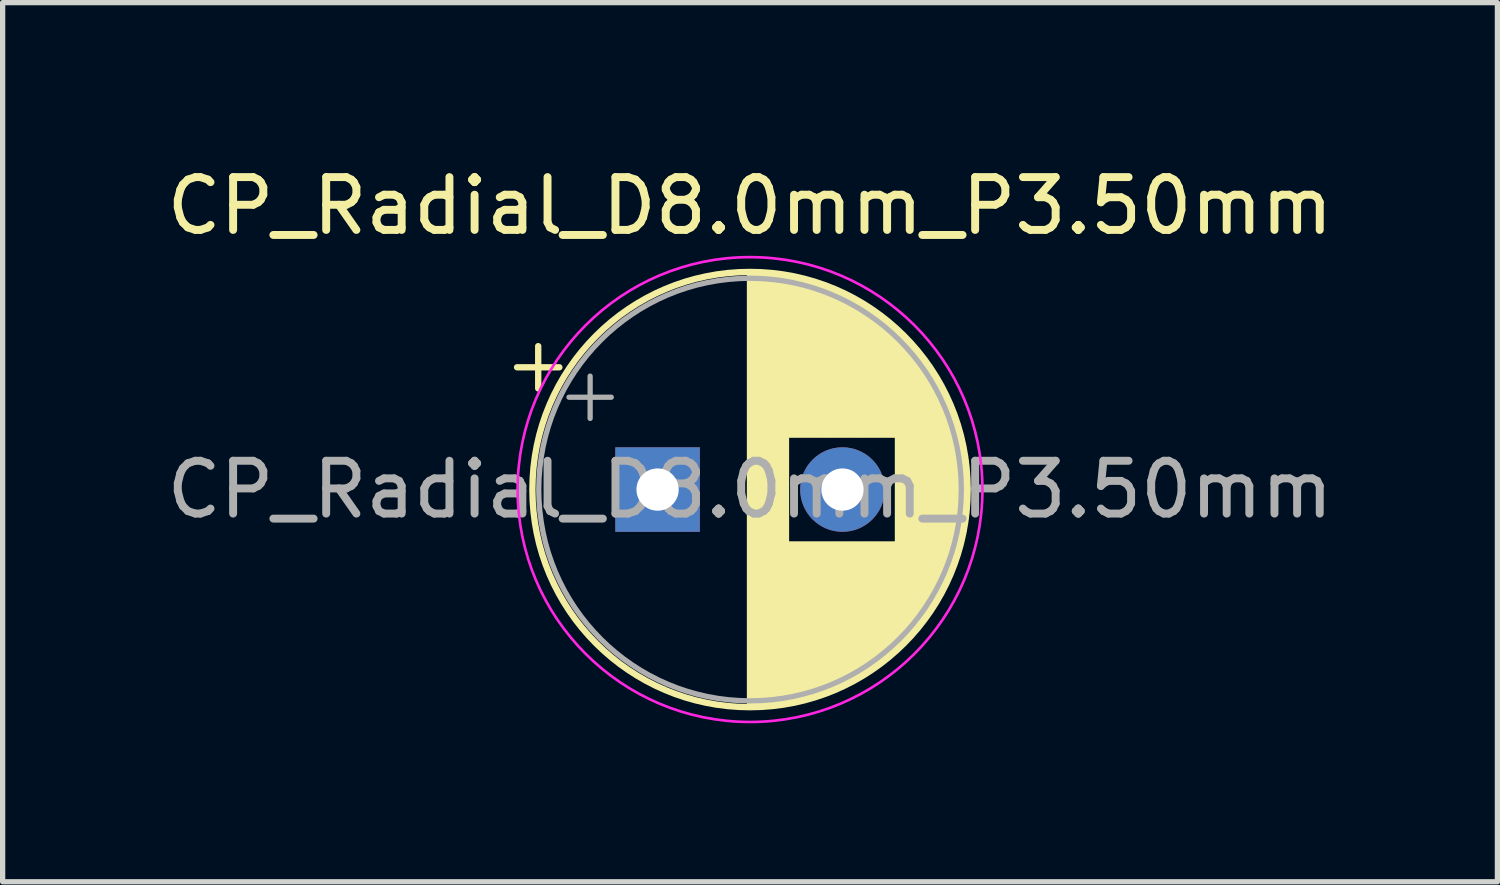
<source format=kicad_pcb>
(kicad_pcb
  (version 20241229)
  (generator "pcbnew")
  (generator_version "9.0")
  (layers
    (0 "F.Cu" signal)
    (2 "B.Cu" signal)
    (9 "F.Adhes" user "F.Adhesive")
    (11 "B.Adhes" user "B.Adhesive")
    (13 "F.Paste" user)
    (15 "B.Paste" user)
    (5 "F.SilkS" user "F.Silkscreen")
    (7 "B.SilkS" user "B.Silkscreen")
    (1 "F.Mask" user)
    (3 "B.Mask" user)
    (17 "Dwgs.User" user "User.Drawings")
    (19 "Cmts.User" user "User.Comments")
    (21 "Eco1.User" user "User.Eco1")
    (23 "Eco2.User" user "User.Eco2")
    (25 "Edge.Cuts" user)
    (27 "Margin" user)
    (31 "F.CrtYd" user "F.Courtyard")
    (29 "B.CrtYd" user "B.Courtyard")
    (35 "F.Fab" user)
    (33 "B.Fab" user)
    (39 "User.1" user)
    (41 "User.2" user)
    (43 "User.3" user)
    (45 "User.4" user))
  (footprint "CP_Radial_D8.0mm_P3.50mm"
    (layer "F.Cu")
    (at 9.399 6.218)
    (property "Reference" "CP_Radial_D8.0mm_P3.50mm" (at 1.75 -5.37 0) (layer "F.SilkS") (effects (font (size 1 1) (thickness 0.15))))
    (attr through_hole)
    (fp_line (start -2.66 -2.315) (end -1.86 -2.315) (stroke (width 0.12) (type solid)) (layer "F.SilkS"))
    (fp_line (start -2.26 -2.715) (end -2.26 -1.915) (stroke (width 0.12) (type solid)) (layer "F.SilkS"))
    (fp_line (start 1.75 -4.08) (end 1.75 4.08) (stroke (width 0.12) (type solid)) (layer "F.SilkS"))
    (fp_line (start 1.79 -4.08) (end 1.79 4.08) (stroke (width 0.12) (type solid)) (layer "F.SilkS"))
    (fp_line (start 1.83 -4.08) (end 1.83 4.08) (stroke (width 0.12) (type solid)) (layer "F.SilkS"))
    (fp_line (start 1.87 -4.079) (end 1.87 4.079) (stroke (width 0.12) (type solid)) (layer "F.SilkS"))
    (fp_line (start 1.91 -4.077) (end 1.91 4.077) (stroke (width 0.12) (type solid)) (layer "F.SilkS"))
    (fp_line (start 1.95 -4.076) (end 1.95 4.076) (stroke (width 0.12) (type solid)) (layer "F.SilkS"))
    (fp_line (start 1.99 -4.074) (end 1.99 4.074) (stroke (width 0.12) (type solid)) (layer "F.SilkS"))
    (fp_line (start 2.03 -4.071) (end 2.03 4.071) (stroke (width 0.12) (type solid)) (layer "F.SilkS"))
    (fp_line (start 2.07 -4.068) (end 2.07 4.068) (stroke (width 0.12) (type solid)) (layer "F.SilkS"))
    (fp_line (start 2.11 -4.065) (end 2.11 4.065) (stroke (width 0.12) (type solid)) (layer "F.SilkS"))
    (fp_line (start 2.15 -4.061) (end 2.15 4.061) (stroke (width 0.12) (type solid)) (layer "F.SilkS"))
    (fp_line (start 2.19 -4.057) (end 2.19 4.057) (stroke (width 0.12) (type solid)) (layer "F.SilkS"))
    (fp_line (start 2.23 -4.052) (end 2.23 4.052) (stroke (width 0.12) (type solid)) (layer "F.SilkS"))
    (fp_line (start 2.27 -4.048) (end 2.27 4.048) (stroke (width 0.12) (type solid)) (layer "F.SilkS"))
    (fp_line (start 2.31 -4.042) (end 2.31 4.042) (stroke (width 0.12) (type solid)) (layer "F.SilkS"))
    (fp_line (start 2.35 -4.037) (end 2.35 4.037) (stroke (width 0.12) (type solid)) (layer "F.SilkS"))
    (fp_line (start 2.39 -4.03) (end 2.39 4.03) (stroke (width 0.12) (type solid)) (layer "F.SilkS"))
    (fp_line (start 2.43 -4.024) (end 2.43 4.024) (stroke (width 0.12) (type solid)) (layer "F.SilkS"))
    (fp_line (start 2.471 -4.017) (end 2.471 -1.04) (stroke (width 0.12) (type solid)) (layer "F.SilkS"))
    (fp_line (start 2.471 1.04) (end 2.471 4.017) (stroke (width 0.12) (type solid)) (layer "F.SilkS"))
    (fp_line (start 2.511 -4.01) (end 2.511 -1.04) (stroke (width 0.12) (type solid)) (layer "F.SilkS"))
    (fp_line (start 2.511 1.04) (end 2.511 4.01) (stroke (width 0.12) (type solid)) (layer "F.SilkS"))
    (fp_line (start 2.551 -4.002) (end 2.551 -1.04) (stroke (width 0.12) (type solid)) (layer "F.SilkS"))
    (fp_line (start 2.551 1.04) (end 2.551 4.002) (stroke (width 0.12) (type solid)) (layer "F.SilkS"))
    (fp_line (start 2.591 -3.994) (end 2.591 -1.04) (stroke (width 0.12) (type solid)) (layer "F.SilkS"))
    (fp_line (start 2.591 1.04) (end 2.591 3.994) (stroke (width 0.12) (type solid)) (layer "F.SilkS"))
    (fp_line (start 2.631 -3.985) (end 2.631 -1.04) (stroke (width 0.12) (type solid)) (layer "F.SilkS"))
    (fp_line (start 2.631 1.04) (end 2.631 3.985) (stroke (width 0.12) (type solid)) (layer "F.SilkS"))
    (fp_line (start 2.671 -3.976) (end 2.671 -1.04) (stroke (width 0.12) (type solid)) (layer "F.SilkS"))
    (fp_line (start 2.671 1.04) (end 2.671 3.976) (stroke (width 0.12) (type solid)) (layer "F.SilkS"))
    (fp_line (start 2.711 -3.967) (end 2.711 -1.04) (stroke (width 0.12) (type solid)) (layer "F.SilkS"))
    (fp_line (start 2.711 1.04) (end 2.711 3.967) (stroke (width 0.12) (type solid)) (layer "F.SilkS"))
    (fp_line (start 2.751 -3.957) (end 2.751 -1.04) (stroke (width 0.12) (type solid)) (layer "F.SilkS"))
    (fp_line (start 2.751 1.04) (end 2.751 3.957) (stroke (width 0.12) (type solid)) (layer "F.SilkS"))
    (fp_line (start 2.791 -3.947) (end 2.791 -1.04) (stroke (width 0.12) (type solid)) (layer "F.SilkS"))
    (fp_line (start 2.791 1.04) (end 2.791 3.947) (stroke (width 0.12) (type solid)) (layer "F.SilkS"))
    (fp_line (start 2.831 -3.936) (end 2.831 -1.04) (stroke (width 0.12) (type solid)) (layer "F.SilkS"))
    (fp_line (start 2.831 1.04) (end 2.831 3.936) (stroke (width 0.12) (type solid)) (layer "F.SilkS"))
    (fp_line (start 2.871 -3.925) (end 2.871 -1.04) (stroke (width 0.12) (type solid)) (layer "F.SilkS"))
    (fp_line (start 2.871 1.04) (end 2.871 3.925) (stroke (width 0.12) (type solid)) (layer "F.SilkS"))
    (fp_line (start 2.911 -3.914) (end 2.911 -1.04) (stroke (width 0.12) (type solid)) (layer "F.SilkS"))
    (fp_line (start 2.911 1.04) (end 2.911 3.914) (stroke (width 0.12) (type solid)) (layer "F.SilkS"))
    (fp_line (start 2.951 -3.902) (end 2.951 -1.04) (stroke (width 0.12) (type solid)) (layer "F.SilkS"))
    (fp_line (start 2.951 1.04) (end 2.951 3.902) (stroke (width 0.12) (type solid)) (layer "F.SilkS"))
    (fp_line (start 2.991 -3.889) (end 2.991 -1.04) (stroke (width 0.12) (type solid)) (layer "F.SilkS"))
    (fp_line (start 2.991 1.04) (end 2.991 3.889) (stroke (width 0.12) (type solid)) (layer "F.SilkS"))
    (fp_line (start 3.031 -3.877) (end 3.031 -1.04) (stroke (width 0.12) (type solid)) (layer "F.SilkS"))
    (fp_line (start 3.031 1.04) (end 3.031 3.877) (stroke (width 0.12) (type solid)) (layer "F.SilkS"))
    (fp_line (start 3.071 -3.863) (end 3.071 -1.04) (stroke (width 0.12) (type solid)) (layer "F.SilkS"))
    (fp_line (start 3.071 1.04) (end 3.071 3.863) (stroke (width 0.12) (type solid)) (layer "F.SilkS"))
    (fp_line (start 3.111 -3.85) (end 3.111 -1.04) (stroke (width 0.12) (type solid)) (layer "F.SilkS"))
    (fp_line (start 3.111 1.04) (end 3.111 3.85) (stroke (width 0.12) (type solid)) (layer "F.SilkS"))
    (fp_line (start 3.151 -3.835) (end 3.151 -1.04) (stroke (width 0.12) (type solid)) (layer "F.SilkS"))
    (fp_line (start 3.151 1.04) (end 3.151 3.835) (stroke (width 0.12) (type solid)) (layer "F.SilkS"))
    (fp_line (start 3.191 -3.821) (end 3.191 -1.04) (stroke (width 0.12) (type solid)) (layer "F.SilkS"))
    (fp_line (start 3.191 1.04) (end 3.191 3.821) (stroke (width 0.12) (type solid)) (layer "F.SilkS"))
    (fp_line (start 3.231 -3.805) (end 3.231 -1.04) (stroke (width 0.12) (type solid)) (layer "F.SilkS"))
    (fp_line (start 3.231 1.04) (end 3.231 3.805) (stroke (width 0.12) (type solid)) (layer "F.SilkS"))
    (fp_line (start 3.271 -3.79) (end 3.271 -1.04) (stroke (width 0.12) (type solid)) (layer "F.SilkS"))
    (fp_line (start 3.271 1.04) (end 3.271 3.79) (stroke (width 0.12) (type solid)) (layer "F.SilkS"))
    (fp_line (start 3.311 -3.774) (end 3.311 -1.04) (stroke (width 0.12) (type solid)) (layer "F.SilkS"))
    (fp_line (start 3.311 1.04) (end 3.311 3.774) (stroke (width 0.12) (type solid)) (layer "F.SilkS"))
    (fp_line (start 3.351 -3.757) (end 3.351 -1.04) (stroke (width 0.12) (type solid)) (layer "F.SilkS"))
    (fp_line (start 3.351 1.04) (end 3.351 3.757) (stroke (width 0.12) (type solid)) (layer "F.SilkS"))
    (fp_line (start 3.391 -3.74) (end 3.391 -1.04) (stroke (width 0.12) (type solid)) (layer "F.SilkS"))
    (fp_line (start 3.391 1.04) (end 3.391 3.74) (stroke (width 0.12) (type solid)) (layer "F.SilkS"))
    (fp_line (start 3.431 -3.722) (end 3.431 -1.04) (stroke (width 0.12) (type solid)) (layer "F.SilkS"))
    (fp_line (start 3.431 1.04) (end 3.431 3.722) (stroke (width 0.12) (type solid)) (layer "F.SilkS"))
    (fp_line (start 3.471 -3.704) (end 3.471 -1.04) (stroke (width 0.12) (type solid)) (layer "F.SilkS"))
    (fp_line (start 3.471 1.04) (end 3.471 3.704) (stroke (width 0.12) (type solid)) (layer "F.SilkS"))
    (fp_line (start 3.511 -3.686) (end 3.511 -1.04) (stroke (width 0.12) (type solid)) (layer "F.SilkS"))
    (fp_line (start 3.511 1.04) (end 3.511 3.686) (stroke (width 0.12) (type solid)) (layer "F.SilkS"))
    (fp_line (start 3.551 -3.666) (end 3.551 -1.04) (stroke (width 0.12) (type solid)) (layer "F.SilkS"))
    (fp_line (start 3.551 1.04) (end 3.551 3.666) (stroke (width 0.12) (type solid)) (layer "F.SilkS"))
    (fp_line (start 3.591 -3.647) (end 3.591 -1.04) (stroke (width 0.12) (type solid)) (layer "F.SilkS"))
    (fp_line (start 3.591 1.04) (end 3.591 3.647) (stroke (width 0.12) (type solid)) (layer "F.SilkS"))
    (fp_line (start 3.631 -3.627) (end 3.631 -1.04) (stroke (width 0.12) (type solid)) (layer "F.SilkS"))
    (fp_line (start 3.631 1.04) (end 3.631 3.627) (stroke (width 0.12) (type solid)) (layer "F.SilkS"))
    (fp_line (start 3.671 -3.606) (end 3.671 -1.04) (stroke (width 0.12) (type solid)) (layer "F.SilkS"))
    (fp_line (start 3.671 1.04) (end 3.671 3.606) (stroke (width 0.12) (type solid)) (layer "F.SilkS"))
    (fp_line (start 3.711 -3.584) (end 3.711 -1.04) (stroke (width 0.12) (type solid)) (layer "F.SilkS"))
    (fp_line (start 3.711 1.04) (end 3.711 3.584) (stroke (width 0.12) (type solid)) (layer "F.SilkS"))
    (fp_line (start 3.751 -3.562) (end 3.751 -1.04) (stroke (width 0.12) (type solid)) (layer "F.SilkS"))
    (fp_line (start 3.751 1.04) (end 3.751 3.562) (stroke (width 0.12) (type solid)) (layer "F.SilkS"))
    (fp_line (start 3.791 -3.54) (end 3.791 -1.04) (stroke (width 0.12) (type solid)) (layer "F.SilkS"))
    (fp_line (start 3.791 1.04) (end 3.791 3.54) (stroke (width 0.12) (type solid)) (layer "F.SilkS"))
    (fp_line (start 3.831 -3.517) (end 3.831 -1.04) (stroke (width 0.12) (type solid)) (layer "F.SilkS"))
    (fp_line (start 3.831 1.04) (end 3.831 3.517) (stroke (width 0.12) (type solid)) (layer "F.SilkS"))
    (fp_line (start 3.871 -3.493) (end 3.871 -1.04) (stroke (width 0.12) (type solid)) (layer "F.SilkS"))
    (fp_line (start 3.871 1.04) (end 3.871 3.493) (stroke (width 0.12) (type solid)) (layer "F.SilkS"))
    (fp_line (start 3.911 -3.469) (end 3.911 -1.04) (stroke (width 0.12) (type solid)) (layer "F.SilkS"))
    (fp_line (start 3.911 1.04) (end 3.911 3.469) (stroke (width 0.12) (type solid)) (layer "F.SilkS"))
    (fp_line (start 3.951 -3.444) (end 3.951 -1.04) (stroke (width 0.12) (type solid)) (layer "F.SilkS"))
    (fp_line (start 3.951 1.04) (end 3.951 3.444) (stroke (width 0.12) (type solid)) (layer "F.SilkS"))
    (fp_line (start 3.991 -3.418) (end 3.991 -1.04) (stroke (width 0.12) (type solid)) (layer "F.SilkS"))
    (fp_line (start 3.991 1.04) (end 3.991 3.418) (stroke (width 0.12) (type solid)) (layer "F.SilkS"))
    (fp_line (start 4.031 -3.392) (end 4.031 -1.04) (stroke (width 0.12) (type solid)) (layer "F.SilkS"))
    (fp_line (start 4.031 1.04) (end 4.031 3.392) (stroke (width 0.12) (type solid)) (layer "F.SilkS"))
    (fp_line (start 4.071 -3.365) (end 4.071 -1.04) (stroke (width 0.12) (type solid)) (layer "F.SilkS"))
    (fp_line (start 4.071 1.04) (end 4.071 3.365) (stroke (width 0.12) (type solid)) (layer "F.SilkS"))
    (fp_line (start 4.111 -3.338) (end 4.111 -1.04) (stroke (width 0.12) (type solid)) (layer "F.SilkS"))
    (fp_line (start 4.111 1.04) (end 4.111 3.338) (stroke (width 0.12) (type solid)) (layer "F.SilkS"))
    (fp_line (start 4.151 -3.309) (end 4.151 -1.04) (stroke (width 0.12) (type solid)) (layer "F.SilkS"))
    (fp_line (start 4.151 1.04) (end 4.151 3.309) (stroke (width 0.12) (type solid)) (layer "F.SilkS"))
    (fp_line (start 4.191 -3.28) (end 4.191 -1.04) (stroke (width 0.12) (type solid)) (layer "F.SilkS"))
    (fp_line (start 4.191 1.04) (end 4.191 3.28) (stroke (width 0.12) (type solid)) (layer "F.SilkS"))
    (fp_line (start 4.231 -3.25) (end 4.231 -1.04) (stroke (width 0.12) (type solid)) (layer "F.SilkS"))
    (fp_line (start 4.231 1.04) (end 4.231 3.25) (stroke (width 0.12) (type solid)) (layer "F.SilkS"))
    (fp_line (start 4.271 -3.22) (end 4.271 -1.04) (stroke (width 0.12) (type solid)) (layer "F.SilkS"))
    (fp_line (start 4.271 1.04) (end 4.271 3.22) (stroke (width 0.12) (type solid)) (layer "F.SilkS"))
    (fp_line (start 4.311 -3.189) (end 4.311 -1.04) (stroke (width 0.12) (type solid)) (layer "F.SilkS"))
    (fp_line (start 4.311 1.04) (end 4.311 3.189) (stroke (width 0.12) (type solid)) (layer "F.SilkS"))
    (fp_line (start 4.351 -3.156) (end 4.351 -1.04) (stroke (width 0.12) (type solid)) (layer "F.SilkS"))
    (fp_line (start 4.351 1.04) (end 4.351 3.156) (stroke (width 0.12) (type solid)) (layer "F.SilkS"))
    (fp_line (start 4.391 -3.124) (end 4.391 -1.04) (stroke (width 0.12) (type solid)) (layer "F.SilkS"))
    (fp_line (start 4.391 1.04) (end 4.391 3.124) (stroke (width 0.12) (type solid)) (layer "F.SilkS"))
    (fp_line (start 4.431 -3.09) (end 4.431 -1.04) (stroke (width 0.12) (type solid)) (layer "F.SilkS"))
    (fp_line (start 4.431 1.04) (end 4.431 3.09) (stroke (width 0.12) (type solid)) (layer "F.SilkS"))
    (fp_line (start 4.471 -3.055) (end 4.471 -1.04) (stroke (width 0.12) (type solid)) (layer "F.SilkS"))
    (fp_line (start 4.471 1.04) (end 4.471 3.055) (stroke (width 0.12) (type solid)) (layer "F.SilkS"))
    (fp_line (start 4.511 -3.019) (end 4.511 -1.04) (stroke (width 0.12) (type solid)) (layer "F.SilkS"))
    (fp_line (start 4.511 1.04) (end 4.511 3.019) (stroke (width 0.12) (type solid)) (layer "F.SilkS"))
    (fp_line (start 4.551 -2.983) (end 4.551 2.983) (stroke (width 0.12) (type solid)) (layer "F.SilkS"))
    (fp_line (start 4.591 -2.945) (end 4.591 2.945) (stroke (width 0.12) (type solid)) (layer "F.SilkS"))
    (fp_line (start 4.631 -2.907) (end 4.631 2.907) (stroke (width 0.12) (type solid)) (layer "F.SilkS"))
    (fp_line (start 4.671 -2.867) (end 4.671 2.867) (stroke (width 0.12) (type solid)) (layer "F.SilkS"))
    (fp_line (start 4.711 -2.826) (end 4.711 2.826) (stroke (width 0.12) (type solid)) (layer "F.SilkS"))
    (fp_line (start 4.751 -2.784) (end 4.751 2.784) (stroke (width 0.12) (type solid)) (layer "F.SilkS"))
    (fp_line (start 4.791 -2.741) (end 4.791 2.741) (stroke (width 0.12) (type solid)) (layer "F.SilkS"))
    (fp_line (start 4.831 -2.697) (end 4.831 2.697) (stroke (width 0.12) (type solid)) (layer "F.SilkS"))
    (fp_line (start 4.871 -2.651) (end 4.871 2.651) (stroke (width 0.12) (type solid)) (layer "F.SilkS"))
    (fp_line (start 4.911 -2.604) (end 4.911 2.604) (stroke (width 0.12) (type solid)) (layer "F.SilkS"))
    (fp_line (start 4.951 -2.556) (end 4.951 2.556) (stroke (width 0.12) (type solid)) (layer "F.SilkS"))
    (fp_line (start 4.991 -2.505) (end 4.991 2.505) (stroke (width 0.12) (type solid)) (layer "F.SilkS"))
    (fp_line (start 5.031 -2.454) (end 5.031 2.454) (stroke (width 0.12) (type solid)) (layer "F.SilkS"))
    (fp_line (start 5.071 -2.4) (end 5.071 2.4) (stroke (width 0.12) (type solid)) (layer "F.SilkS"))
    (fp_line (start 5.111 -2.345) (end 5.111 2.345) (stroke (width 0.12) (type solid)) (layer "F.SilkS"))
    (fp_line (start 5.151 -2.287) (end 5.151 2.287) (stroke (width 0.12) (type solid)) (layer "F.SilkS"))
    (fp_line (start 5.191 -2.228) (end 5.191 2.228) (stroke (width 0.12) (type solid)) (layer "F.SilkS"))
    (fp_line (start 5.231 -2.166) (end 5.231 2.166) (stroke (width 0.12) (type solid)) (layer "F.SilkS"))
    (fp_line (start 5.271 -2.102) (end 5.271 2.102) (stroke (width 0.12) (type solid)) (layer "F.SilkS"))
    (fp_line (start 5.311 -2.034) (end 5.311 2.034) (stroke (width 0.12) (type solid)) (layer "F.SilkS"))
    (fp_line (start 5.351 -1.964) (end 5.351 1.964) (stroke (width 0.12) (type solid)) (layer "F.SilkS"))
    (fp_line (start 5.391 -1.89) (end 5.391 1.89) (stroke (width 0.12) (type solid)) (layer "F.SilkS"))
    (fp_line (start 5.431 -1.813) (end 5.431 1.813) (stroke (width 0.12) (type solid)) (layer "F.SilkS"))
    (fp_line (start 5.471 -1.731) (end 5.471 1.731) (stroke (width 0.12) (type solid)) (layer "F.SilkS"))
    (fp_line (start 5.511 -1.645) (end 5.511 1.645) (stroke (width 0.12) (type solid)) (layer "F.SilkS"))
    (fp_line (start 5.551 -1.552) (end 5.551 1.552) (stroke (width 0.12) (type solid)) (layer "F.SilkS"))
    (fp_line (start 5.591 -1.453) (end 5.591 1.453) (stroke (width 0.12) (type solid)) (layer "F.SilkS"))
    (fp_line (start 5.631 -1.346) (end 5.631 1.346) (stroke (width 0.12) (type solid)) (layer "F.SilkS"))
    (fp_line (start 5.671 -1.229) (end 5.671 1.229) (stroke (width 0.12) (type solid)) (layer "F.SilkS"))
    (fp_line (start 5.711 -1.098) (end 5.711 1.098) (stroke (width 0.12) (type solid)) (layer "F.SilkS"))
    (fp_line (start 5.751 -0.948) (end 5.751 0.948) (stroke (width 0.12) (type solid)) (layer "F.SilkS"))
    (fp_line (start 5.791 -0.768) (end 5.791 0.768) (stroke (width 0.12) (type solid)) (layer "F.SilkS"))
    (fp_line (start 5.831 -0.533) (end 5.831 0.533) (stroke (width 0.12) (type solid)) (layer "F.SilkS"))
    (fp_circle (center 1.75 0) (end 5.87 0) (stroke (width 0.12) (type solid)) (fill no) (layer "F.SilkS"))
    (fp_circle (center 1.75 0) (end 6.15 0) (stroke (width 0.05) (type solid)) (fill no) (layer "F.CrtYd"))
    (fp_line (start -1.677 -1.748) (end -0.877 -1.748) (stroke (width 0.1) (type solid)) (layer "F.Fab"))
    (fp_line (start -1.277 -2.147) (end -1.277 -1.347) (stroke (width 0.1) (type solid)) (layer "F.Fab"))
    (fp_circle (center 1.75 0) (end 5.75 0) (stroke (width 0.1) (type solid)) (fill no) (layer "F.Fab"))
    (fp_text user "${REFERENCE}" (at 1.75 0 0) (layer "F.Fab") (effects (font (size 1 1) (thickness 0.15))))
    (pad "1" thru_hole rect (at 0 0) (size 1.6 1.6) (drill 0.8) (layers "*.Cu" "*.Mask"))
    (pad "2" thru_hole circle (at 3.5 0) (size 1.6 1.6) (drill 0.8) (layers "*.Cu" "*.Mask")))
  (gr_rect
    (start -3 -3)
    (end 25.298 13.643)
    (stroke (width 0.1) (type default))
    (fill no)
    (layer "Edge.Cuts")))
</source>
